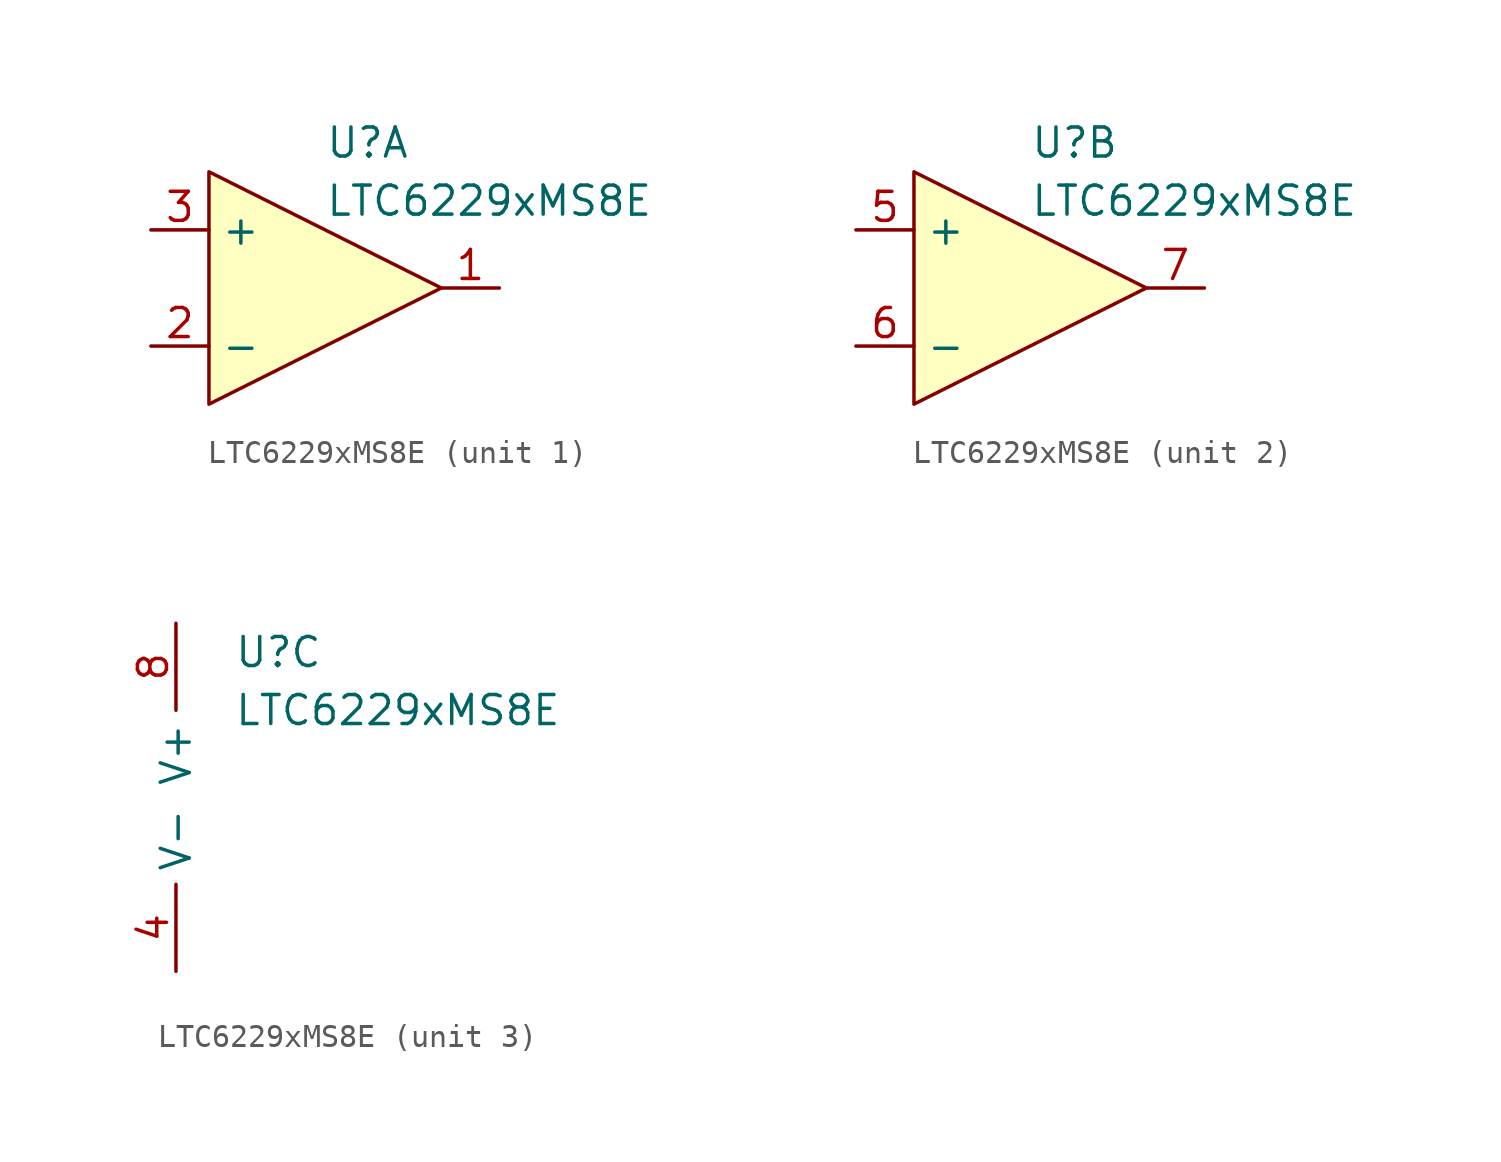
<source format=kicad_sym>
(kicad_symbol_lib
  (version 20241209)
  (generator "kicad_symbol_editor")
  (generator_version "9.0")
  (symbol "LTC6229xMS8E"
    (property "Reference" "U"
      (at 0 6.35 0)
      (effects (font (size 1.27 1.27)) (justify left)))
    (property "Value" "LTC6229xMS8E"
      (at 0 3.81 0)
      (effects (font (size 1.27 1.27)) (justify left)))
    (symbol "LTC6229xMS8E_1_1"
      (polyline (pts (xy -5.08 5.08) (xy 5.08 0) (xy -5.08 -5.08) (xy -5.08 5.08)) (stroke (width 0) (type default)) (fill (type background)))
      (pin input line (at -7.62 2.54 0) (length 2.54) (name "+" (effects (font (size 1.27 1.27)))) (number "3" (effects (font (size 1.27 1.27)))))
      (pin input line (at -7.62 -2.54 0) (length 2.54) (name "-" (effects (font (size 1.27 1.27)))) (number "2" (effects (font (size 1.27 1.27)))))
      (pin output line (at 7.62 0 180) (length 2.54) (name "~" (effects (font (size 1.27 1.27)))) (number "1" (effects (font (size 1.27 1.27))))))
    (symbol "LTC6229xMS8E_2_1"
      (polyline (pts (xy -5.08 5.08) (xy 5.08 0) (xy -5.08 -5.08) (xy -5.08 5.08)) (stroke (width 0) (type default)) (fill (type background)))
      (pin input line (at -7.62 2.54 0) (length 2.54) (name "+" (effects (font (size 1.27 1.27)))) (number "5" (effects (font (size 1.27 1.27)))))
      (pin input line (at -7.62 -2.54 0) (length 2.54) (name "-" (effects (font (size 1.27 1.27)))) (number "6" (effects (font (size 1.27 1.27)))))
      (pin output line (at 7.62 0 180) (length 2.54) (name "~" (effects (font (size 1.27 1.27)))) (number "7" (effects (font (size 1.27 1.27))))))
    (symbol "LTC6229xMS8E_3_1"
      (pin power_in line (at -2.54 7.62 270) (length 3.81) (name "V+" (effects (font (size 1.27 1.27)))) (number "8" (effects (font (size 1.27 1.27)))))
      (pin power_in line (at -2.54 -7.62 90) (length 3.81) (name "V-" (effects (font (size 1.27 1.27)))) (number "4" (effects (font (size 1.27 1.27)))))
      (pin passive line (at -2.54 -7.62 90) (length 3.81) (hide yes) (name "V-" (effects (font (size 1.27 1.27)))) (number "9" (effects (font (size 1.27 1.27))))))))
</source>
